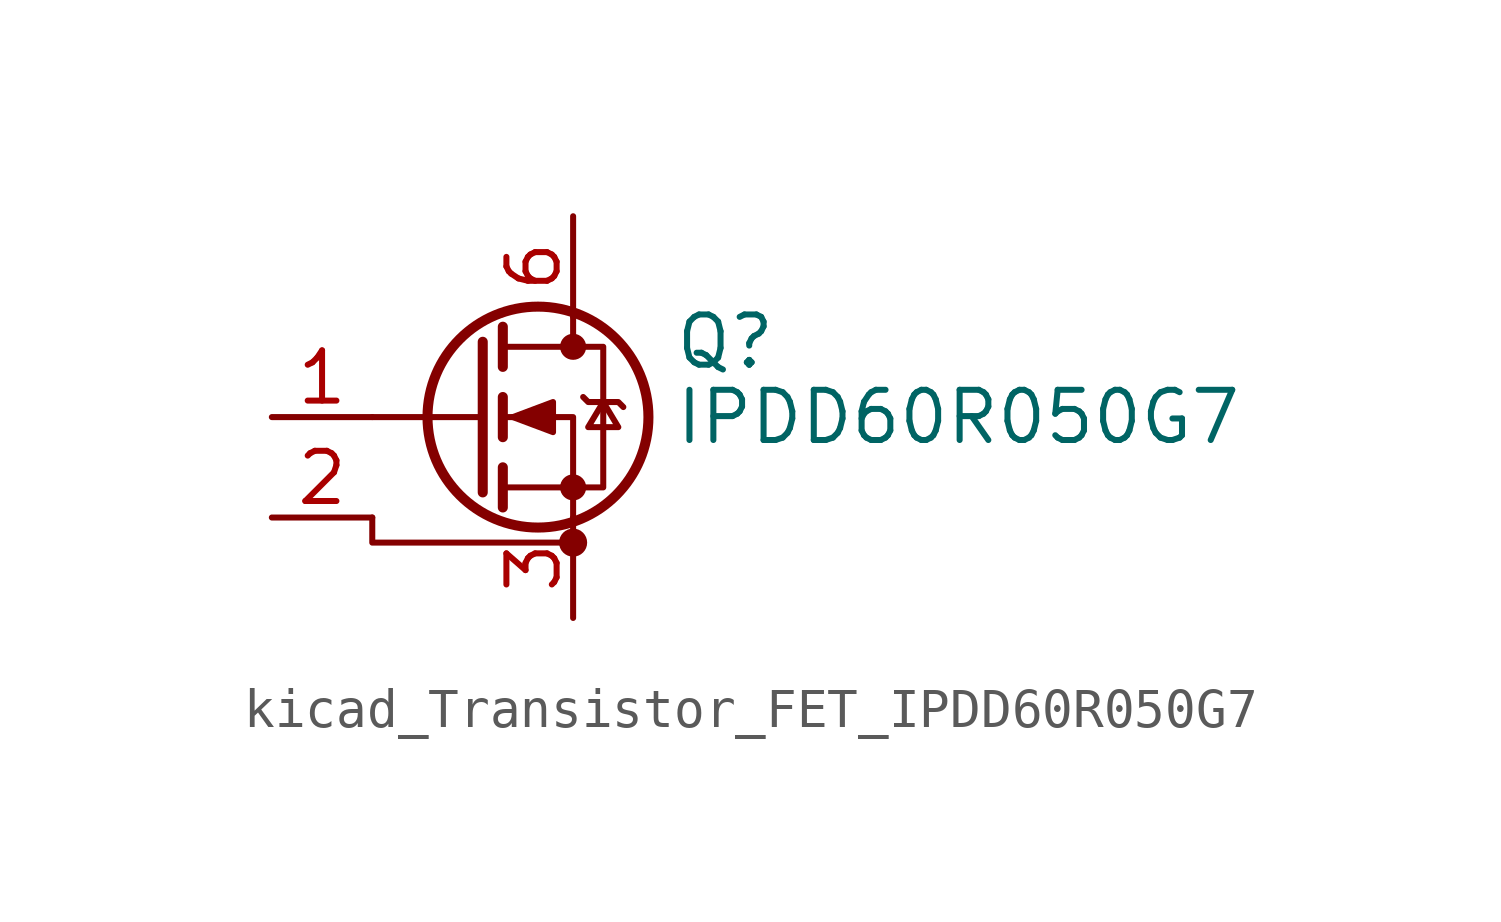
<source format=kicad_sym>
(kicad_symbol_lib
  (version 20220914)
  (generator kicad_symbol_editor)
  (symbol "kicad_Transistor_FET_IPDD60R050G7"
    (pin_names hide)
    (property "Reference" "Q"
      (at 5.08 1.905 0)
      (effects (font (size 1.27 1.27)) (justify left)))
    (property "Value" "IPDD60R050G7"
      (at 5.08 0 0)
      (effects (font (size 1.27 1.27)) (justify left)))
    (symbol "kicad_Transistor_FET_IPDD60R050G7_0_1"
      (polyline (pts (xy 0.254 0) (xy -2.54 0)) (stroke (width 0) (type default)) (fill (type none)))
      (polyline (pts (xy 0.254 1.905) (xy 0.254 -1.905)) (stroke (width 0.254) (type default)) (fill (type none)))
      (polyline (pts (xy 0.762 -1.27) (xy 0.762 -2.286)) (stroke (width 0.254) (type default)) (fill (type none)))
      (polyline (pts (xy 0.762 0.508) (xy 0.762 -0.508)) (stroke (width 0.254) (type default)) (fill (type none)))
      (polyline (pts (xy 0.762 2.286) (xy 0.762 1.27)) (stroke (width 0.254) (type default)) (fill (type none)))
      (polyline (pts (xy 2.54 2.54) (xy 2.54 1.778)) (stroke (width 0) (type default)) (fill (type none)))
      (polyline (pts (xy -2.54 -2.54) (xy -2.54 -3.175) (xy 2.54 -3.175)) (stroke (width 0) (type default)) (fill (type none)))
      (polyline (pts (xy 2.54 -2.54) (xy 2.54 0) (xy 0.762 0)) (stroke (width 0) (type default)) (fill (type none)))
      (polyline (pts (xy 0.762 -1.778) (xy 3.302 -1.778) (xy 3.302 1.778) (xy 0.762 1.778)) (stroke (width 0) (type default)) (fill (type none)))
      (polyline (pts (xy 1.016 0) (xy 2.032 0.381) (xy 2.032 -0.381) (xy 1.016 0)) (stroke (width 0) (type default)) (fill (type outline)))
      (polyline (pts (xy 2.794 0.508) (xy 2.921 0.381) (xy 3.683 0.381) (xy 3.81 0.254)) (stroke (width 0) (type default)) (fill (type none)))
      (polyline (pts (xy 3.302 0.381) (xy 2.921 -0.254) (xy 3.683 -0.254) (xy 3.302 0.381)) (stroke (width 0) (type default)) (fill (type none)))
      (circle (center 1.651 0) (radius 2.794) (stroke (width 0.254) (type default)) (fill (type none)))
      (circle (center 2.54 -3.175) (radius 0.279) (stroke (width 0) (type default)) (fill (type outline)))
      (circle (center 2.54 -1.778) (radius 0.254) (stroke (width 0) (type default)) (fill (type outline)))
      (circle (center 2.54 1.778) (radius 0.254) (stroke (width 0) (type default)) (fill (type outline))))
    (symbol "kicad_Transistor_FET_IPDD60R050G7_1_1"
      (pin input line (at -5.08 0 0) (length 2.54) (name "G" (effects (font (size 1.27 1.27)))) (number "1" (effects (font (size 1.27 1.27)))))
      (pin passive line (at 2.54 5.08 270) (length 2.54) hide (name "D" (effects (font (size 1.27 1.27)))) (number "10" (effects (font (size 1.27 1.27)))))
      (pin passive line (at -5.08 -2.54 0) (length 2.54) (name "DS" (effects (font (size 1.27 1.27)))) (number "2" (effects (font (size 1.27 1.27)))))
      (pin passive line (at 2.54 -5.08 90) (length 2.54) (name "PS" (effects (font (size 1.27 1.27)))) (number "3" (effects (font (size 1.27 1.27)))))
      (pin passive line (at 2.54 -5.08 90) (length 2.54) hide (name "PS" (effects (font (size 1.27 1.27)))) (number "4" (effects (font (size 1.27 1.27)))))
      (pin passive line (at 2.54 -5.08 90) (length 2.54) hide (name "PS" (effects (font (size 1.27 1.27)))) (number "5" (effects (font (size 1.27 1.27)))))
      (pin passive line (at 2.54 5.08 270) (length 2.54) (name "D" (effects (font (size 1.27 1.27)))) (number "6" (effects (font (size 1.27 1.27)))))
      (pin passive line (at 2.54 5.08 270) (length 2.54) hide (name "D" (effects (font (size 1.27 1.27)))) (number "7" (effects (font (size 1.27 1.27)))))
      (pin passive line (at 2.54 5.08 270) (length 2.54) hide (name "D" (effects (font (size 1.27 1.27)))) (number "8" (effects (font (size 1.27 1.27)))))
      (pin passive line (at 2.54 5.08 270) (length 2.54) hide (name "D" (effects (font (size 1.27 1.27)))) (number "9" (effects (font (size 1.27 1.27))))))))
</source>
